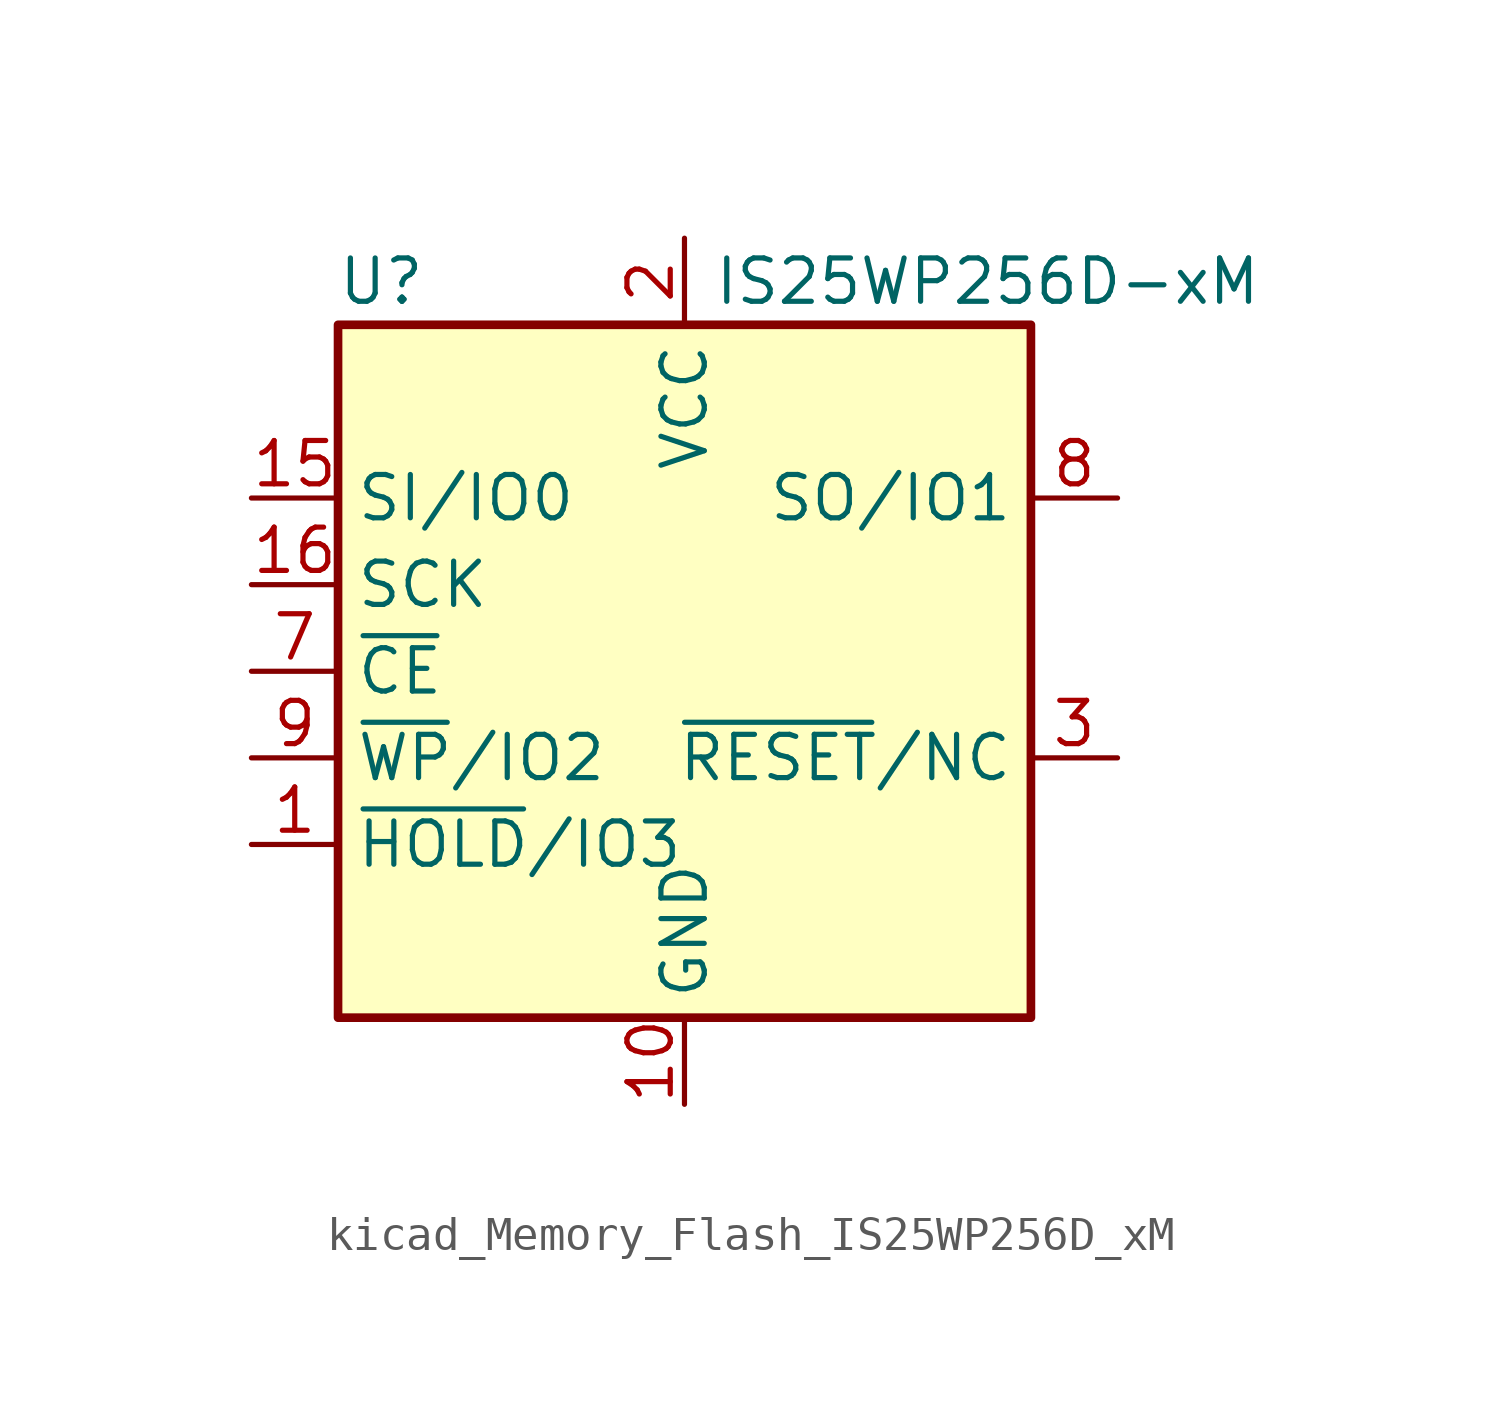
<source format=kicad_sym>
(kicad_symbol_lib
  (version 20220914)
  (generator kicad_symbol_editor)
  (symbol "kicad_Memory_Flash_IS25WP256D_xM"
    (property "Reference" "U"
      (at -8.89 11.43 0)
      (effects (font (size 1.27 1.27))))
    (property "Value" "IS25WP256D-xM"
      (at 8.89 11.43 0)
      (effects (font (size 1.27 1.27))))
    (symbol "kicad_Memory_Flash_IS25WP256D_xM_0_1"
      (rectangle (start 10.16 -10.16) (end -10.16 10.16) (stroke (width 0.254) (type default)) (fill (type background)))
      (pin bidirectional line (at -12.7 -5.08 0) (length 2.54) (name "~{HOLD}/IO3" (effects (font (size 1.27 1.27)))) (number "1" (effects (font (size 1.27 1.27)))))
      (pin power_in line (at 0 -12.7 90) (length 2.54) (name "GND" (effects (font (size 1.27 1.27)))) (number "10" (effects (font (size 1.27 1.27)))))
      (pin no_connect line (at 10.16 0 180) (length 2.54) hide (name "NC" (effects (font (size 1.27 1.27)))) (number "11" (effects (font (size 1.27 1.27)))))
      (pin no_connect line (at 10.16 -5.08 180) (length 2.54) hide (name "NC" (effects (font (size 1.27 1.27)))) (number "12" (effects (font (size 1.27 1.27)))))
      (pin no_connect line (at 10.16 7.62 180) (length 2.54) hide (name "NC" (effects (font (size 1.27 1.27)))) (number "13" (effects (font (size 1.27 1.27)))))
      (pin no_connect line (at 10.16 -7.62 180) (length 2.54) hide (name "NC" (effects (font (size 1.27 1.27)))) (number "14" (effects (font (size 1.27 1.27)))))
      (pin bidirectional line (at -12.7 5.08 0) (length 2.54) (name "SI/IO0" (effects (font (size 1.27 1.27)))) (number "15" (effects (font (size 1.27 1.27)))))
      (pin input line (at -12.7 2.54 0) (length 2.54) (name "SCK" (effects (font (size 1.27 1.27)))) (number "16" (effects (font (size 1.27 1.27)))))
      (pin power_in line (at 0 12.7 270) (length 2.54) (name "VCC" (effects (font (size 1.27 1.27)))) (number "2" (effects (font (size 1.27 1.27)))))
      (pin input line (at 12.7 -2.54 180) (length 2.54) (name "~{RESET}/NC" (effects (font (size 1.27 1.27)))) (number "3" (effects (font (size 1.27 1.27)))))
      (pin no_connect line (at -10.16 7.62 0) (length 2.54) hide (name "NC" (effects (font (size 1.27 1.27)))) (number "4" (effects (font (size 1.27 1.27)))))
      (pin no_connect line (at -10.16 -7.62 0) (length 2.54) hide (name "NC" (effects (font (size 1.27 1.27)))) (number "5" (effects (font (size 1.27 1.27)))))
      (pin no_connect line (at 10.16 2.54 180) (length 2.54) hide (name "NC" (effects (font (size 1.27 1.27)))) (number "6" (effects (font (size 1.27 1.27)))))
      (pin input line (at -12.7 0 0) (length 2.54) (name "~{CE}" (effects (font (size 1.27 1.27)))) (number "7" (effects (font (size 1.27 1.27)))))
      (pin bidirectional line (at 12.7 5.08 180) (length 2.54) (name "SO/IO1" (effects (font (size 1.27 1.27)))) (number "8" (effects (font (size 1.27 1.27)))))
      (pin bidirectional line (at -12.7 -2.54 0) (length 2.54) (name "~{WP}/IO2" (effects (font (size 1.27 1.27)))) (number "9" (effects (font (size 1.27 1.27))))))))
</source>
